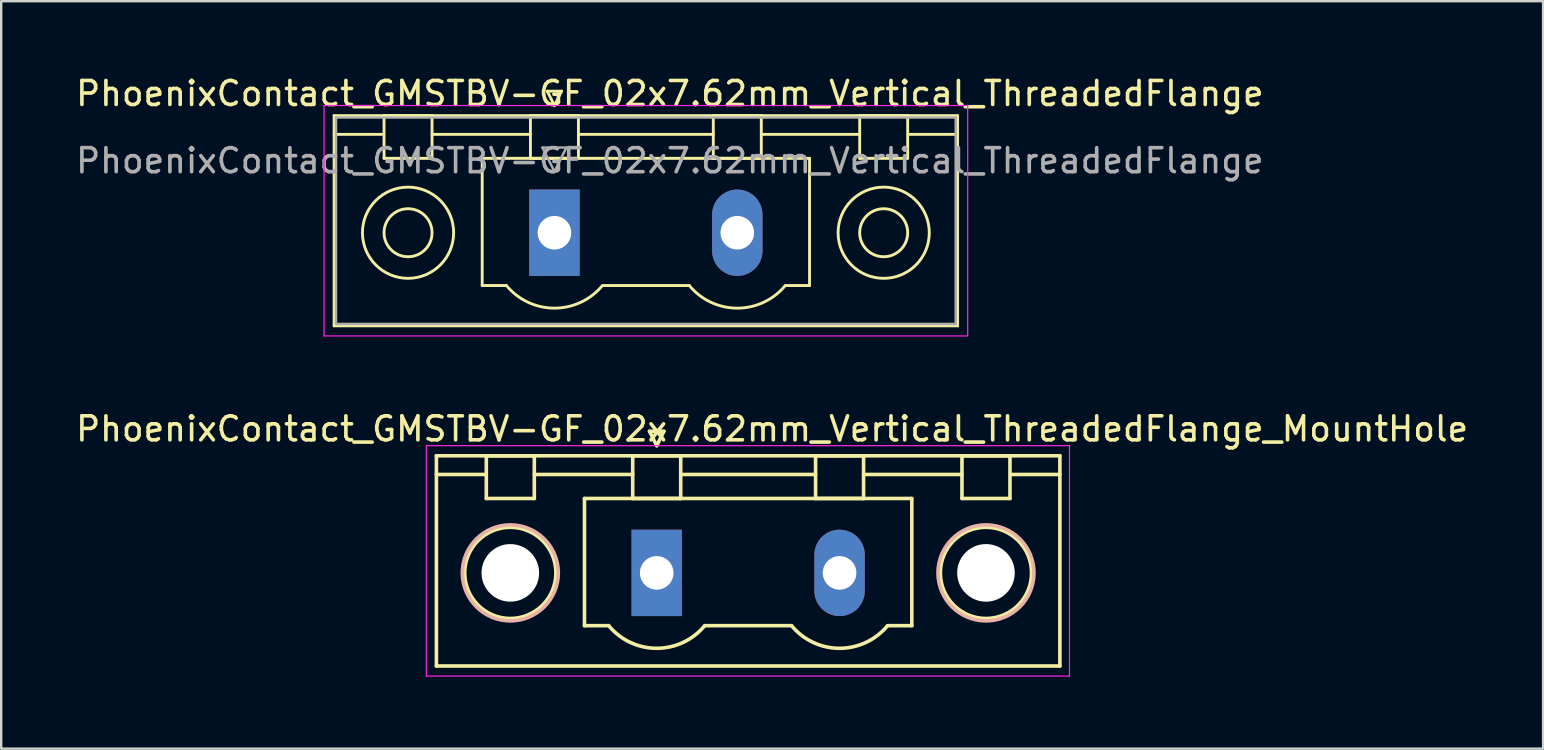
<source format=kicad_pcb>
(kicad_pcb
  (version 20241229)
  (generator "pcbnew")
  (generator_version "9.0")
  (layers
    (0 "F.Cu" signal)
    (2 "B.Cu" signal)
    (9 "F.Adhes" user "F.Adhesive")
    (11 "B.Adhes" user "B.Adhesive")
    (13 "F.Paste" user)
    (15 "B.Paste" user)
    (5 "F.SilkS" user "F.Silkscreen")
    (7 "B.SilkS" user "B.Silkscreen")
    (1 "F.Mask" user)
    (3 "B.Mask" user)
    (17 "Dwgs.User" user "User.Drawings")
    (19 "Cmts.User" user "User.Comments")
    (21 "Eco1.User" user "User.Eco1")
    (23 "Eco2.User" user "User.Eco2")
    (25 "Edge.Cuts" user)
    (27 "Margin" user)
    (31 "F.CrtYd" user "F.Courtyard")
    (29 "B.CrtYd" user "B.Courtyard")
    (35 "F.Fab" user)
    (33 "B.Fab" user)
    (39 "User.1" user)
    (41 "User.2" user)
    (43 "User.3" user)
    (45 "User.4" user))
  (footprint "PhoenixContact_GMSTBV-GF_02x7.62mm_Vertical_ThreadedFlange"
    (layer "F.Cu")
    (at 20.053 6.648)
    (property "Reference" "PhoenixContact_GMSTBV-GF_02x7.62mm_Vertical_ThreadedFlange" (at 4.81 -5.8 0) (layer "F.SilkS") (effects (font (size 1 1) (thickness 0.15))))
    (attr through_hole)
    (fp_line (start -9.18 -4.88) (end -9.18 3.88) (stroke (width 0.12) (type solid)) (layer "F.SilkS"))
    (fp_line (start -9.18 -4.1) (end -7.18 -4.1) (stroke (width 0.12) (type solid)) (layer "F.SilkS"))
    (fp_line (start -9.18 3.88) (end 16.8 3.88) (stroke (width 0.12) (type solid)) (layer "F.SilkS"))
    (fp_line (start -7.1 -4.88) (end -5.1 -4.88) (stroke (width 0.12) (type solid)) (layer "F.SilkS"))
    (fp_line (start -7.1 -3.1) (end -7.1 -4.88) (stroke (width 0.12) (type solid)) (layer "F.SilkS"))
    (fp_line (start -5.1 -4.88) (end -5.1 -3.1) (stroke (width 0.12) (type solid)) (layer "F.SilkS"))
    (fp_line (start -5.1 -4.1) (end -1 -4.1) (stroke (width 0.12) (type solid)) (layer "F.SilkS"))
    (fp_line (start -5.1 -3.1) (end -7.1 -3.1) (stroke (width 0.12) (type solid)) (layer "F.SilkS"))
    (fp_line (start -3.01 -3.1) (end 10.63 -3.1) (stroke (width 0.12) (type solid)) (layer "F.SilkS"))
    (fp_line (start -3.01 2.2) (end -3.01 -3.1) (stroke (width 0.12) (type solid)) (layer "F.SilkS"))
    (fp_line (start -2 2.2) (end -3.01 2.2) (stroke (width 0.12) (type solid)) (layer "F.SilkS"))
    (fp_line (start -1 -4.88) (end 1 -4.88) (stroke (width 0.12) (type solid)) (layer "F.SilkS"))
    (fp_line (start -1 -3.1) (end -1 -4.88) (stroke (width 0.12) (type solid)) (layer "F.SilkS"))
    (fp_line (start -0.3 -5.9) (end 0.3 -5.9) (stroke (width 0.12) (type solid)) (layer "F.SilkS"))
    (fp_line (start 0 -5.3) (end -0.3 -5.9) (stroke (width 0.12) (type solid)) (layer "F.SilkS"))
    (fp_line (start 0.3 -5.9) (end 0 -5.3) (stroke (width 0.12) (type solid)) (layer "F.SilkS"))
    (fp_line (start 1 -4.88) (end 1 -3.1) (stroke (width 0.12) (type solid)) (layer "F.SilkS"))
    (fp_line (start 1 -4.1) (end 6.62 -4.1) (stroke (width 0.12) (type solid)) (layer "F.SilkS"))
    (fp_line (start 1 -3.1) (end -1 -3.1) (stroke (width 0.12) (type solid)) (layer "F.SilkS"))
    (fp_line (start 2 2.2) (end 5.62 2.2) (stroke (width 0.12) (type solid)) (layer "F.SilkS"))
    (fp_line (start 6.62 -4.88) (end 8.62 -4.88) (stroke (width 0.12) (type solid)) (layer "F.SilkS"))
    (fp_line (start 6.62 -3.1) (end 6.62 -4.88) (stroke (width 0.12) (type solid)) (layer "F.SilkS"))
    (fp_line (start 8.62 -4.88) (end 8.62 -3.1) (stroke (width 0.12) (type solid)) (layer "F.SilkS"))
    (fp_line (start 8.62 -4.1) (end 12.72 -4.1) (stroke (width 0.12) (type solid)) (layer "F.SilkS"))
    (fp_line (start 8.62 -3.1) (end 6.62 -3.1) (stroke (width 0.12) (type solid)) (layer "F.SilkS"))
    (fp_line (start 10.63 -3.1) (end 10.63 2.2) (stroke (width 0.12) (type solid)) (layer "F.SilkS"))
    (fp_line (start 10.63 2.2) (end 9.62 2.2) (stroke (width 0.12) (type solid)) (layer "F.SilkS"))
    (fp_line (start 12.72 -4.88) (end 14.72 -4.88) (stroke (width 0.12) (type solid)) (layer "F.SilkS"))
    (fp_line (start 12.72 -3.1) (end 12.72 -4.88) (stroke (width 0.12) (type solid)) (layer "F.SilkS"))
    (fp_line (start 14.72 -4.88) (end 14.72 -3.1) (stroke (width 0.12) (type solid)) (layer "F.SilkS"))
    (fp_line (start 14.72 -3.1) (end 12.72 -3.1) (stroke (width 0.12) (type solid)) (layer "F.SilkS"))
    (fp_line (start 16.8 -4.88) (end -9.18 -4.88) (stroke (width 0.12) (type solid)) (layer "F.SilkS"))
    (fp_line (start 16.8 -4.1) (end 14.8 -4.1) (stroke (width 0.12) (type solid)) (layer "F.SilkS"))
    (fp_line (start 16.8 3.88) (end 16.8 -4.88) (stroke (width 0.12) (type solid)) (layer "F.SilkS"))
    (fp_arc (start 1.986842 2.215821) (mid -0.010289 3.142758) (end -2 2.2) (stroke (width 0.12) (type solid)) (layer "F.SilkS"))
    (fp_arc (start 9.606842 2.215821) (mid 7.609711 3.142758) (end 5.62 2.2) (stroke (width 0.12) (type solid)) (layer "F.SilkS"))
    (fp_circle (center -6.1 0) (end -5.1 0) (stroke (width 0.12) (type solid)) (fill no) (layer "F.SilkS"))
    (fp_circle (center -6.1 0) (end -4.2 0) (stroke (width 0.12) (type solid)) (fill no) (layer "F.SilkS"))
    (fp_circle (center 13.72 0) (end 14.72 0) (stroke (width 0.12) (type solid)) (fill no) (layer "F.SilkS"))
    (fp_circle (center 13.72 0) (end 15.62 0) (stroke (width 0.12) (type solid)) (fill no) (layer "F.SilkS"))
    (fp_line (start -9.6 -5.3) (end -9.6 4.3) (stroke (width 0.05) (type solid)) (layer "F.CrtYd"))
    (fp_line (start -9.6 4.3) (end 17.22 4.3) (stroke (width 0.05) (type solid)) (layer "F.CrtYd"))
    (fp_line (start 17.22 -5.3) (end -9.6 -5.3) (stroke (width 0.05) (type solid)) (layer "F.CrtYd"))
    (fp_line (start 17.22 4.3) (end 17.22 -5.3) (stroke (width 0.05) (type solid)) (layer "F.CrtYd"))
    (fp_line (start -9.1 -4.8) (end -9.1 3.8) (stroke (width 0.1) (type solid)) (layer "F.Fab"))
    (fp_line (start -9.1 3.8) (end 16.72 3.8) (stroke (width 0.1) (type solid)) (layer "F.Fab"))
    (fp_line (start -0.5 -3.55) (end 0.5 -3.55) (stroke (width 0.1) (type solid)) (layer "F.Fab"))
    (fp_line (start 0 -2.55) (end -0.5 -3.55) (stroke (width 0.1) (type solid)) (layer "F.Fab"))
    (fp_line (start 0.5 -3.55) (end 0 -2.55) (stroke (width 0.1) (type solid)) (layer "F.Fab"))
    (fp_line (start 16.72 -4.8) (end -9.1 -4.8) (stroke (width 0.1) (type solid)) (layer "F.Fab"))
    (fp_line (start 16.72 3.8) (end 16.72 -4.8) (stroke (width 0.1) (type solid)) (layer "F.Fab"))
    (fp_text user "${REFERENCE}" (at 4.81 -3 0) (layer "F.Fab") (effects (font (size 1 1) (thickness 0.15))))
    (pad "1" thru_hole rect (at 0 0) (size 2.1 3.6) (drill 1.4) (layers "*.Cu" "*.Mask"))
    (pad "2" thru_hole oval (at 7.62 0) (size 2.1 3.6) (drill 1.4) (layers "*.Cu" "*.Mask")))
  (footprint "PhoenixContact_GMSTBV-GF_02x7.62mm_Vertical_ThreadedFlange_MountHole"
    (layer "F.Cu")
    (at 24.315 20.822)
    (property "Reference" "PhoenixContact_GMSTBV-GF_02x7.62mm_Vertical_ThreadedFlange_MountHole" (at 4.81 -6 0) (layer "F.SilkS") (effects (font (size 1 1) (thickness 0.15))))
    (attr through_hole)
    (fp_line (start -9.18 -4.88) (end -9.18 3.88) (stroke (width 0.15) (type solid)) (layer "F.SilkS"))
    (fp_line (start -9.18 -4.1) (end -7.18 -4.1) (stroke (width 0.15) (type solid)) (layer "F.SilkS"))
    (fp_line (start -9.18 3.88) (end 16.8 3.88) (stroke (width 0.15) (type solid)) (layer "F.SilkS"))
    (fp_line (start -7.1 -4.88) (end -5.1 -4.88) (stroke (width 0.15) (type solid)) (layer "F.SilkS"))
    (fp_line (start -7.1 -3.1) (end -7.1 -4.88) (stroke (width 0.15) (type solid)) (layer "F.SilkS"))
    (fp_line (start -5.1 -4.88) (end -5.1 -3.1) (stroke (width 0.15) (type solid)) (layer "F.SilkS"))
    (fp_line (start -5.1 -4.1) (end -1 -4.1) (stroke (width 0.15) (type solid)) (layer "F.SilkS"))
    (fp_line (start -5.1 -3.1) (end -7.1 -3.1) (stroke (width 0.15) (type solid)) (layer "F.SilkS"))
    (fp_line (start -3.01 -3.1) (end 10.63 -3.1) (stroke (width 0.15) (type solid)) (layer "F.SilkS"))
    (fp_line (start -3.01 2.2) (end -3.01 -3.1) (stroke (width 0.15) (type solid)) (layer "F.SilkS"))
    (fp_line (start -2 2.2) (end -3.01 2.2) (stroke (width 0.15) (type solid)) (layer "F.SilkS"))
    (fp_line (start -1 -4.88) (end 1 -4.88) (stroke (width 0.15) (type solid)) (layer "F.SilkS"))
    (fp_line (start -1 -3.1) (end -1 -4.88) (stroke (width 0.15) (type solid)) (layer "F.SilkS"))
    (fp_line (start -0.3 -5.9) (end 0 -5.3) (stroke (width 0.15) (type solid)) (layer "F.SilkS"))
    (fp_line (start 0 -5.3) (end 0.3 -5.9) (stroke (width 0.15) (type solid)) (layer "F.SilkS"))
    (fp_line (start 0.3 -5.9) (end -0.3 -5.9) (stroke (width 0.15) (type solid)) (layer "F.SilkS"))
    (fp_line (start 1 -4.88) (end 1 -3.1) (stroke (width 0.15) (type solid)) (layer "F.SilkS"))
    (fp_line (start 1 -4.1) (end 6.62 -4.1) (stroke (width 0.15) (type solid)) (layer "F.SilkS"))
    (fp_line (start 1 -3.1) (end -1 -3.1) (stroke (width 0.15) (type solid)) (layer "F.SilkS"))
    (fp_line (start 2 2.2) (end 5.62 2.2) (stroke (width 0.15) (type solid)) (layer "F.SilkS"))
    (fp_line (start 6.62 -4.88) (end 8.62 -4.88) (stroke (width 0.15) (type solid)) (layer "F.SilkS"))
    (fp_line (start 6.62 -3.1) (end 6.62 -4.88) (stroke (width 0.15) (type solid)) (layer "F.SilkS"))
    (fp_line (start 8.62 -4.88) (end 8.62 -3.1) (stroke (width 0.15) (type solid)) (layer "F.SilkS"))
    (fp_line (start 8.62 -4.1) (end 12.72 -4.1) (stroke (width 0.15) (type solid)) (layer "F.SilkS"))
    (fp_line (start 8.62 -3.1) (end 6.62 -3.1) (stroke (width 0.15) (type solid)) (layer "F.SilkS"))
    (fp_line (start 10.63 -3.1) (end 10.63 2.2) (stroke (width 0.15) (type solid)) (layer "F.SilkS"))
    (fp_line (start 10.63 2.2) (end 9.62 2.2) (stroke (width 0.15) (type solid)) (layer "F.SilkS"))
    (fp_line (start 12.72 -4.88) (end 14.72 -4.88) (stroke (width 0.15) (type solid)) (layer "F.SilkS"))
    (fp_line (start 12.72 -3.1) (end 12.72 -4.88) (stroke (width 0.15) (type solid)) (layer "F.SilkS"))
    (fp_line (start 14.72 -4.88) (end 14.72 -3.1) (stroke (width 0.15) (type solid)) (layer "F.SilkS"))
    (fp_line (start 14.72 -3.1) (end 12.72 -3.1) (stroke (width 0.15) (type solid)) (layer "F.SilkS"))
    (fp_line (start 16.8 -4.88) (end -9.18 -4.88) (stroke (width 0.15) (type solid)) (layer "F.SilkS"))
    (fp_line (start 16.8 -4.1) (end 14.8 -4.1) (stroke (width 0.15) (type solid)) (layer "F.SilkS"))
    (fp_line (start 16.8 3.88) (end 16.8 -4.88) (stroke (width 0.15) (type solid)) (layer "F.SilkS"))
    (fp_arc (start 1.986842 2.215821) (mid -0.010289 3.142758) (end -2 2.2) (stroke (width 0.15) (type solid)) (layer "F.SilkS"))
    (fp_arc (start 9.606842 2.215821) (mid 7.609711 3.142758) (end 5.62 2.2) (stroke (width 0.15) (type solid)) (layer "F.SilkS"))
    (fp_circle (center -6.1 0) (end -5.1 0) (stroke (width 0.15) (type solid)) (fill no) (layer "F.SilkS"))
    (fp_circle (center -6.1 0) (end -4.2 0) (stroke (width 0.15) (type solid)) (fill no) (layer "F.SilkS"))
    (fp_circle (center 13.72 0) (end 14.72 0) (stroke (width 0.15) (type solid)) (fill no) (layer "F.SilkS"))
    (fp_circle (center 13.72 0) (end 15.62 0) (stroke (width 0.15) (type solid)) (fill no) (layer "F.SilkS"))
    (fp_circle (center -6.1 0) (end -4.1 0) (stroke (width 0.15) (type solid)) (fill no) (layer "B.SilkS"))
    (fp_circle (center 13.72 0) (end 15.72 0) (stroke (width 0.15) (type solid)) (fill no) (layer "B.SilkS"))
    (fp_line (start -9.6 -5.3) (end -9.6 4.3) (stroke (width 0.05) (type solid)) (layer "F.CrtYd"))
    (fp_line (start -9.6 4.3) (end 17.2 4.3) (stroke (width 0.05) (type solid)) (layer "F.CrtYd"))
    (fp_line (start 17.2 -5.3) (end -9.6 -5.3) (stroke (width 0.05) (type solid)) (layer "F.CrtYd"))
    (fp_line (start 17.2 4.3) (end 17.2 -5.3) (stroke (width 0.05) (type solid)) (layer "F.CrtYd"))
    (pad "" np_thru_hole circle (at -6.1 0) (size 2.4 2.4) (drill 2.4) (layers "*.Cu" "*.Mask"))
    (pad "" np_thru_hole circle (at 13.72 0) (size 2.4 2.4) (drill 2.4) (layers "*.Cu" "*.Mask"))
    (pad "1" thru_hole rect (at 0 0) (size 2.1 3.6) (drill 1.4) (layers "*.Cu" "*.Mask"))
    (pad "2" thru_hole oval (at 7.62 0) (size 2.1 3.6) (drill 1.4) (layers "*.Cu" "*.Mask")))
  (gr_rect
    (start -3 -3)
    (end 61.25 28.146)
    (stroke (width 0.1) (type default))
    (fill no)
    (layer "Edge.Cuts")))
</source>
